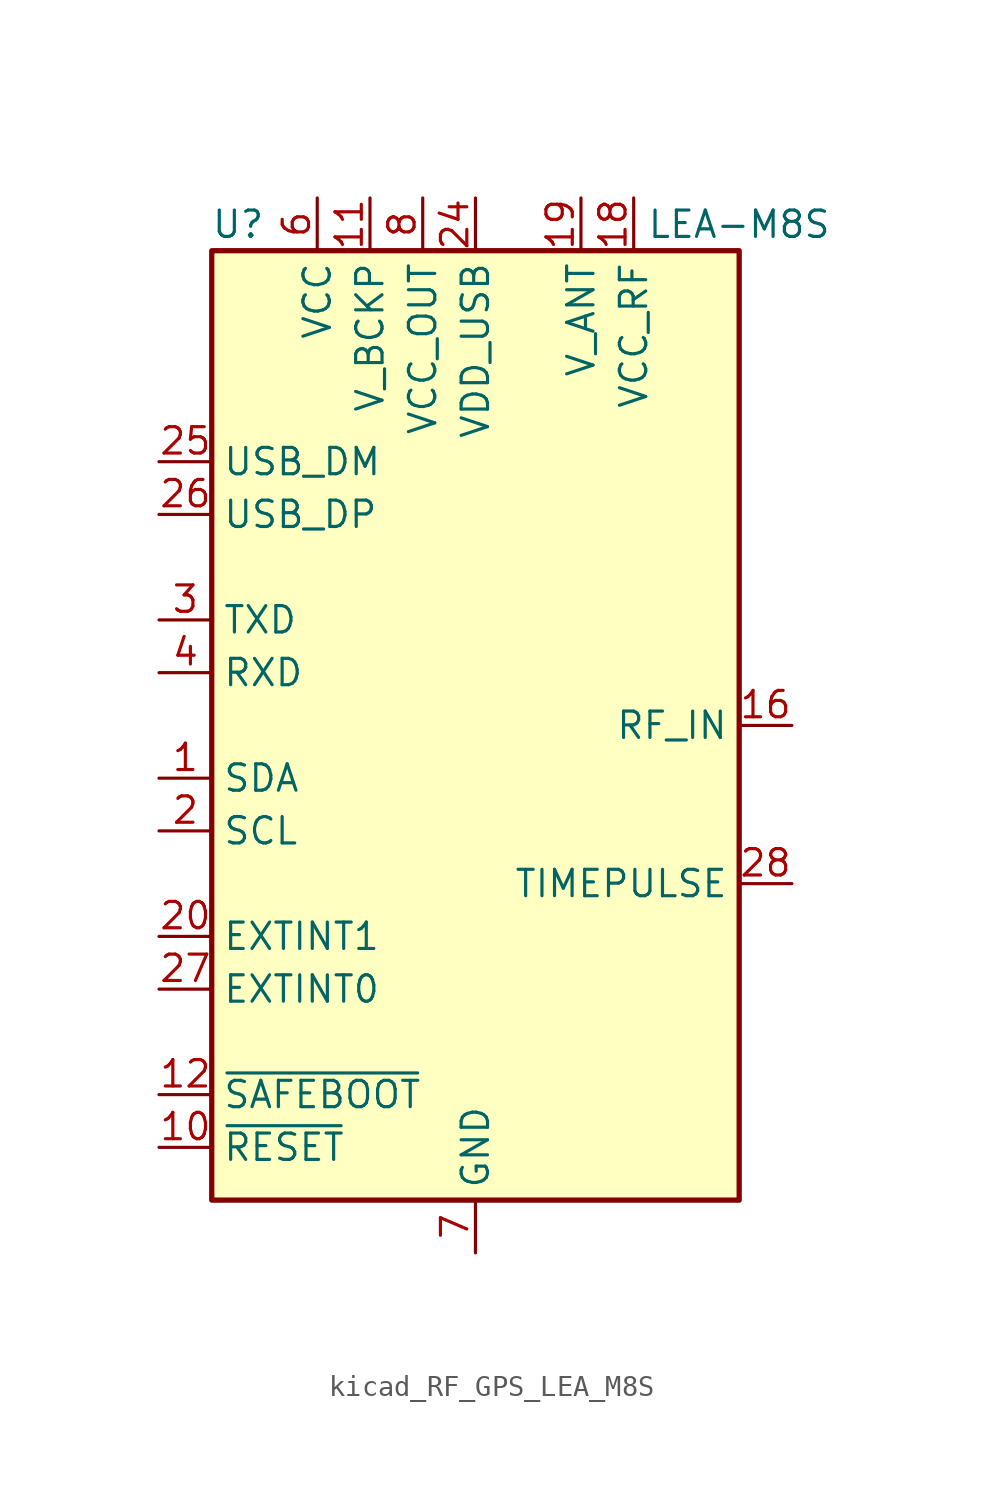
<source format=kicad_sym>
(kicad_symbol_lib
  (version 20220914)
  (generator kicad_symbol_editor)
  (symbol "kicad_RF_GPS_LEA_M8S"
    (property "Reference" "U"
      (at -11.43 24.13 0)
      (effects (font (size 1.27 1.27))))
    (property "Value" "LEA-M8S"
      (at 12.7 24.13 0)
      (effects (font (size 1.27 1.27))))
    (symbol "kicad_RF_GPS_LEA_M8S_0_1"
      (rectangle (start -12.7 22.86) (end 12.7 -22.86) (stroke (width 0.254) (type default)) (fill (type background))))
    (symbol "kicad_RF_GPS_LEA_M8S_1_1"
      (pin bidirectional line (at -15.24 -2.54 0) (length 2.54) (name "SDA" (effects (font (size 1.27 1.27)))) (number "1" (effects (font (size 1.27 1.27)))))
      (pin input line (at -15.24 -20.32 0) (length 2.54) (name "~{RESET}" (effects (font (size 1.27 1.27)))) (number "10" (effects (font (size 1.27 1.27)))))
      (pin power_in line (at -5.08 25.4 270) (length 2.54) (name "V_BCKP" (effects (font (size 1.27 1.27)))) (number "11" (effects (font (size 1.27 1.27)))))
      (pin input line (at -15.24 -17.78 0) (length 2.54) (name "~{SAFEBOOT}" (effects (font (size 1.27 1.27)))) (number "12" (effects (font (size 1.27 1.27)))))
      (pin passive line (at 0 -25.4 90) (length 2.54) hide (name "GND" (effects (font (size 1.27 1.27)))) (number "13" (effects (font (size 1.27 1.27)))))
      (pin passive line (at 0 -25.4 90) (length 2.54) hide (name "GND" (effects (font (size 1.27 1.27)))) (number "14" (effects (font (size 1.27 1.27)))))
      (pin passive line (at 0 -25.4 90) (length 2.54) hide (name "GND" (effects (font (size 1.27 1.27)))) (number "15" (effects (font (size 1.27 1.27)))))
      (pin input line (at 15.24 0 180) (length 2.54) (name "RF_IN" (effects (font (size 1.27 1.27)))) (number "16" (effects (font (size 1.27 1.27)))))
      (pin passive line (at 0 -25.4 90) (length 2.54) hide (name "GND" (effects (font (size 1.27 1.27)))) (number "17" (effects (font (size 1.27 1.27)))))
      (pin power_out line (at 7.62 25.4 270) (length 2.54) (name "VCC_RF" (effects (font (size 1.27 1.27)))) (number "18" (effects (font (size 1.27 1.27)))))
      (pin power_in line (at 5.08 25.4 270) (length 2.54) (name "V_ANT" (effects (font (size 1.27 1.27)))) (number "19" (effects (font (size 1.27 1.27)))))
      (pin input line (at -15.24 -5.08 0) (length 2.54) (name "SCL" (effects (font (size 1.27 1.27)))) (number "2" (effects (font (size 1.27 1.27)))))
      (pin input line (at -15.24 -10.16 0) (length 2.54) (name "EXTINT1" (effects (font (size 1.27 1.27)))) (number "20" (effects (font (size 1.27 1.27)))))
      (pin no_connect line (at 12.7 7.62 180) (length 2.54) hide (name "RESERVED" (effects (font (size 1.27 1.27)))) (number "21" (effects (font (size 1.27 1.27)))))
      (pin no_connect line (at 12.7 5.08 180) (length 2.54) hide (name "RESERVED" (effects (font (size 1.27 1.27)))) (number "22" (effects (font (size 1.27 1.27)))))
      (pin no_connect line (at 12.7 2.54 180) (length 2.54) hide (name "RESERVED" (effects (font (size 1.27 1.27)))) (number "23" (effects (font (size 1.27 1.27)))))
      (pin power_in line (at 0 25.4 270) (length 2.54) (name "VDD_USB" (effects (font (size 1.27 1.27)))) (number "24" (effects (font (size 1.27 1.27)))))
      (pin bidirectional line (at -15.24 12.7 0) (length 2.54) (name "USB_DM" (effects (font (size 1.27 1.27)))) (number "25" (effects (font (size 1.27 1.27)))))
      (pin bidirectional line (at -15.24 10.16 0) (length 2.54) (name "USB_DP" (effects (font (size 1.27 1.27)))) (number "26" (effects (font (size 1.27 1.27)))))
      (pin input line (at -15.24 -12.7 0) (length 2.54) (name "EXTINT0" (effects (font (size 1.27 1.27)))) (number "27" (effects (font (size 1.27 1.27)))))
      (pin output line (at 15.24 -7.62 180) (length 2.54) (name "TIMEPULSE" (effects (font (size 1.27 1.27)))) (number "28" (effects (font (size 1.27 1.27)))))
      (pin output line (at -15.24 5.08 0) (length 2.54) (name "TXD" (effects (font (size 1.27 1.27)))) (number "3" (effects (font (size 1.27 1.27)))))
      (pin input line (at -15.24 2.54 0) (length 2.54) (name "RXD" (effects (font (size 1.27 1.27)))) (number "4" (effects (font (size 1.27 1.27)))))
      (pin no_connect line (at 12.7 12.7 180) (length 2.54) hide (name "RESERVED" (effects (font (size 1.27 1.27)))) (number "5" (effects (font (size 1.27 1.27)))))
      (pin power_in line (at -7.62 25.4 270) (length 2.54) (name "VCC" (effects (font (size 1.27 1.27)))) (number "6" (effects (font (size 1.27 1.27)))))
      (pin power_in line (at 0 -25.4 90) (length 2.54) (name "GND" (effects (font (size 1.27 1.27)))) (number "7" (effects (font (size 1.27 1.27)))))
      (pin power_out line (at -2.54 25.4 270) (length 2.54) (name "VCC_OUT" (effects (font (size 1.27 1.27)))) (number "8" (effects (font (size 1.27 1.27)))))
      (pin no_connect line (at 12.7 10.16 180) (length 2.54) hide (name "RESERVED" (effects (font (size 1.27 1.27)))) (number "9" (effects (font (size 1.27 1.27))))))))
</source>
